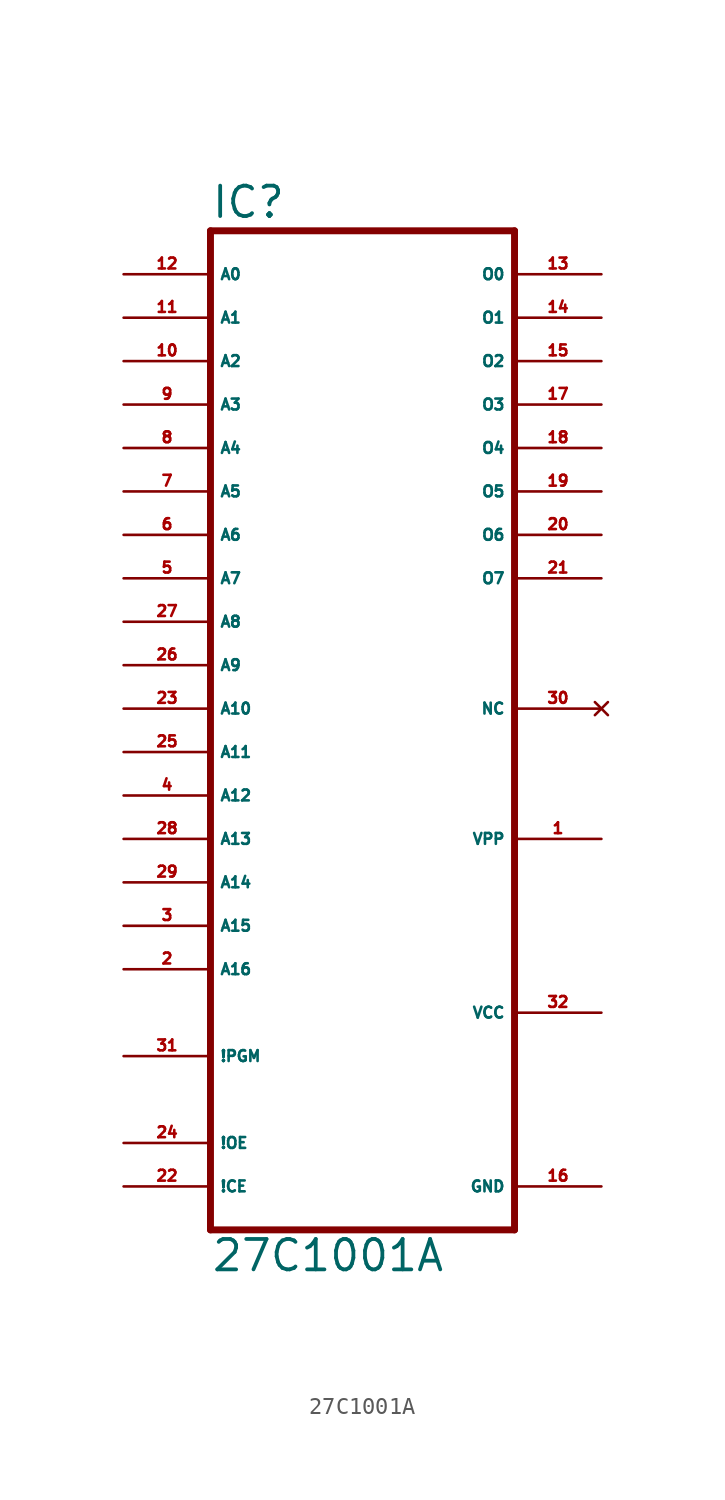
<source format=kicad_sym>
(kicad_symbol_lib
  (version 20220914)
  (generator Eagle2Kicad)
  (symbol "27C1001A"
    (property "Reference" "IC"
      (at -7.62 23.495 0)
      (effects (font (size 1.778 1.778) (thickness 0.22)) (justify left bottom)))
    (property "Value" "27C1001A"
      (at -7.62 -38.1 0)
      (effects (font (size 1.778 1.778) (thickness 0.22)) (justify left bottom)))
    (polyline
      (pts (xy -7.62 -35.56) (xy 10.16 -35.56))
      (stroke (width 0.406) (type default))
      (fill (type none)))
    (polyline
      (pts (xy 10.16 22.86) (xy 10.16 -35.56))
      (stroke (width 0.406) (type default))
      (fill (type none)))
    (polyline
      (pts (xy 10.16 22.86) (xy -7.62 22.86))
      (stroke (width 0.406) (type default))
      (fill (type none)))
    (polyline
      (pts (xy -7.62 -35.56) (xy -7.62 22.86))
      (stroke (width 0.406) (type default))
      (fill (type none)))
    (pin input line
      (at -12.7 20.32 0)
      (length 5.08)
      (name "A0" (effects (font (size 0.635 0.635) (thickness 0.08)) (justify left bottom)))
      (number "12" (effects (font (size 0.635 0.635) (thickness 0.08)) (justify left bottom))))
    (pin input line
      (at -12.7 17.78 0)
      (length 5.08)
      (name "A1" (effects (font (size 0.635 0.635) (thickness 0.08)) (justify left bottom)))
      (number "11" (effects (font (size 0.635 0.635) (thickness 0.08)) (justify left bottom))))
    (pin input line
      (at -12.7 15.24 0)
      (length 5.08)
      (name "A2" (effects (font (size 0.635 0.635) (thickness 0.08)) (justify left bottom)))
      (number "10" (effects (font (size 0.635 0.635) (thickness 0.08)) (justify left bottom))))
    (pin input line
      (at -12.7 12.7 0)
      (length 5.08)
      (name "A3" (effects (font (size 0.635 0.635) (thickness 0.08)) (justify left bottom)))
      (number "9" (effects (font (size 0.635 0.635) (thickness 0.08)) (justify left bottom))))
    (pin input line
      (at -12.7 10.16 0)
      (length 5.08)
      (name "A4" (effects (font (size 0.635 0.635) (thickness 0.08)) (justify left bottom)))
      (number "8" (effects (font (size 0.635 0.635) (thickness 0.08)) (justify left bottom))))
    (pin input line
      (at -12.7 7.62 0)
      (length 5.08)
      (name "A5" (effects (font (size 0.635 0.635) (thickness 0.08)) (justify left bottom)))
      (number "7" (effects (font (size 0.635 0.635) (thickness 0.08)) (justify left bottom))))
    (pin input line
      (at -12.7 5.08 0)
      (length 5.08)
      (name "A6" (effects (font (size 0.635 0.635) (thickness 0.08)) (justify left bottom)))
      (number "6" (effects (font (size 0.635 0.635) (thickness 0.08)) (justify left bottom))))
    (pin input line
      (at -12.7 2.54 0)
      (length 5.08)
      (name "A7" (effects (font (size 0.635 0.635) (thickness 0.08)) (justify left bottom)))
      (number "5" (effects (font (size 0.635 0.635) (thickness 0.08)) (justify left bottom))))
    (pin input line
      (at -12.7 0 0)
      (length 5.08)
      (name "A8" (effects (font (size 0.635 0.635) (thickness 0.08)) (justify left bottom)))
      (number "27" (effects (font (size 0.635 0.635) (thickness 0.08)) (justify left bottom))))
    (pin input line
      (at -12.7 -2.54 0)
      (length 5.08)
      (name "A9" (effects (font (size 0.635 0.635) (thickness 0.08)) (justify left bottom)))
      (number "26" (effects (font (size 0.635 0.635) (thickness 0.08)) (justify left bottom))))
    (pin input line
      (at -12.7 -5.08 0)
      (length 5.08)
      (name "A10" (effects (font (size 0.635 0.635) (thickness 0.08)) (justify left bottom)))
      (number "23" (effects (font (size 0.635 0.635) (thickness 0.08)) (justify left bottom))))
    (pin input line
      (at -12.7 -7.62 0)
      (length 5.08)
      (name "A11" (effects (font (size 0.635 0.635) (thickness 0.08)) (justify left bottom)))
      (number "25" (effects (font (size 0.635 0.635) (thickness 0.08)) (justify left bottom))))
    (pin input line
      (at -12.7 -10.16 0)
      (length 5.08)
      (name "A12" (effects (font (size 0.635 0.635) (thickness 0.08)) (justify left bottom)))
      (number "4" (effects (font (size 0.635 0.635) (thickness 0.08)) (justify left bottom))))
    (pin input line
      (at -12.7 -12.7 0)
      (length 5.08)
      (name "A13" (effects (font (size 0.635 0.635) (thickness 0.08)) (justify left bottom)))
      (number "28" (effects (font (size 0.635 0.635) (thickness 0.08)) (justify left bottom))))
    (pin input line
      (at -12.7 -15.24 0)
      (length 5.08)
      (name "A14" (effects (font (size 0.635 0.635) (thickness 0.08)) (justify left bottom)))
      (number "29" (effects (font (size 0.635 0.635) (thickness 0.08)) (justify left bottom))))
    (pin input line
      (at -12.7 -17.78 0)
      (length 5.08)
      (name "A15" (effects (font (size 0.635 0.635) (thickness 0.08)) (justify left bottom)))
      (number "3" (effects (font (size 0.635 0.635) (thickness 0.08)) (justify left bottom))))
    (pin input line
      (at -12.7 -25.4 0)
      (length 5.08)
      (name "!PGM" (effects (font (size 0.635 0.635) (thickness 0.08)) (justify left bottom)))
      (number "31" (effects (font (size 0.635 0.635) (thickness 0.08)) (justify left bottom))))
    (pin input line
      (at -12.7 -30.48 0)
      (length 5.08)
      (name "!OE" (effects (font (size 0.635 0.635) (thickness 0.08)) (justify left bottom)))
      (number "24" (effects (font (size 0.635 0.635) (thickness 0.08)) (justify left bottom))))
    (pin input line
      (at -12.7 -33.02 0)
      (length 5.08)
      (name "!CE" (effects (font (size 0.635 0.635) (thickness 0.08)) (justify left bottom)))
      (number "22" (effects (font (size 0.635 0.635) (thickness 0.08)) (justify left bottom))))
    (pin tri_state line
      (at 15.24 20.32 180)
      (length 5.08)
      (name "O0" (effects (font (size 0.635 0.635) (thickness 0.08)) (justify left bottom)))
      (number "13" (effects (font (size 0.635 0.635) (thickness 0.08)) (justify left bottom))))
    (pin tri_state line
      (at 15.24 17.78 180)
      (length 5.08)
      (name "O1" (effects (font (size 0.635 0.635) (thickness 0.08)) (justify left bottom)))
      (number "14" (effects (font (size 0.635 0.635) (thickness 0.08)) (justify left bottom))))
    (pin tri_state line
      (at 15.24 15.24 180)
      (length 5.08)
      (name "O2" (effects (font (size 0.635 0.635) (thickness 0.08)) (justify left bottom)))
      (number "15" (effects (font (size 0.635 0.635) (thickness 0.08)) (justify left bottom))))
    (pin tri_state line
      (at 15.24 12.7 180)
      (length 5.08)
      (name "O3" (effects (font (size 0.635 0.635) (thickness 0.08)) (justify left bottom)))
      (number "17" (effects (font (size 0.635 0.635) (thickness 0.08)) (justify left bottom))))
    (pin tri_state line
      (at 15.24 10.16 180)
      (length 5.08)
      (name "O4" (effects (font (size 0.635 0.635) (thickness 0.08)) (justify left bottom)))
      (number "18" (effects (font (size 0.635 0.635) (thickness 0.08)) (justify left bottom))))
    (pin tri_state line
      (at 15.24 7.62 180)
      (length 5.08)
      (name "O5" (effects (font (size 0.635 0.635) (thickness 0.08)) (justify left bottom)))
      (number "19" (effects (font (size 0.635 0.635) (thickness 0.08)) (justify left bottom))))
    (pin tri_state line
      (at 15.24 5.08 180)
      (length 5.08)
      (name "O6" (effects (font (size 0.635 0.635) (thickness 0.08)) (justify left bottom)))
      (number "20" (effects (font (size 0.635 0.635) (thickness 0.08)) (justify left bottom))))
    (pin tri_state line
      (at 15.24 2.54 180)
      (length 5.08)
      (name "O7" (effects (font (size 0.635 0.635) (thickness 0.08)) (justify left bottom)))
      (number "21" (effects (font (size 0.635 0.635) (thickness 0.08)) (justify left bottom))))
    (pin no_connect line
      (at 15.24 -5.08 180)
      (length 5.08)
      (name "NC" (effects (font (size 0.635 0.635) (thickness 0.08)) (justify left bottom) hide))
      (number "30" (effects (font (size 0.635 0.635) (thickness 0.08)) (justify left bottom) hide)))
    (pin unspecified line
      (at 15.24 -33.02 180)
      (length 5.08)
      (name "GND" (effects (font (size 0.635 0.635) (thickness 0.08)) (justify left bottom)))
      (number "16" (effects (font (size 0.635 0.635) (thickness 0.08)) (justify left bottom))))
    (pin unspecified line
      (at 15.24 -22.86 180)
      (length 5.08)
      (name "VCC" (effects (font (size 0.635 0.635) (thickness 0.08)) (justify left bottom)))
      (number "32" (effects (font (size 0.635 0.635) (thickness 0.08)) (justify left bottom))))
    (pin passive line
      (at 15.24 -12.7 180)
      (length 5.08)
      (name "VPP" (effects (font (size 0.635 0.635) (thickness 0.08)) (justify left bottom)))
      (number "1" (effects (font (size 0.635 0.635) (thickness 0.08)) (justify left bottom))))
    (pin input line
      (at -12.7 -20.32 0)
      (length 5.08)
      (name "A16" (effects (font (size 0.635 0.635) (thickness 0.08)) (justify left bottom)))
      (number "2" (effects (font (size 0.635 0.635) (thickness 0.08)) (justify left bottom))))))
</source>
